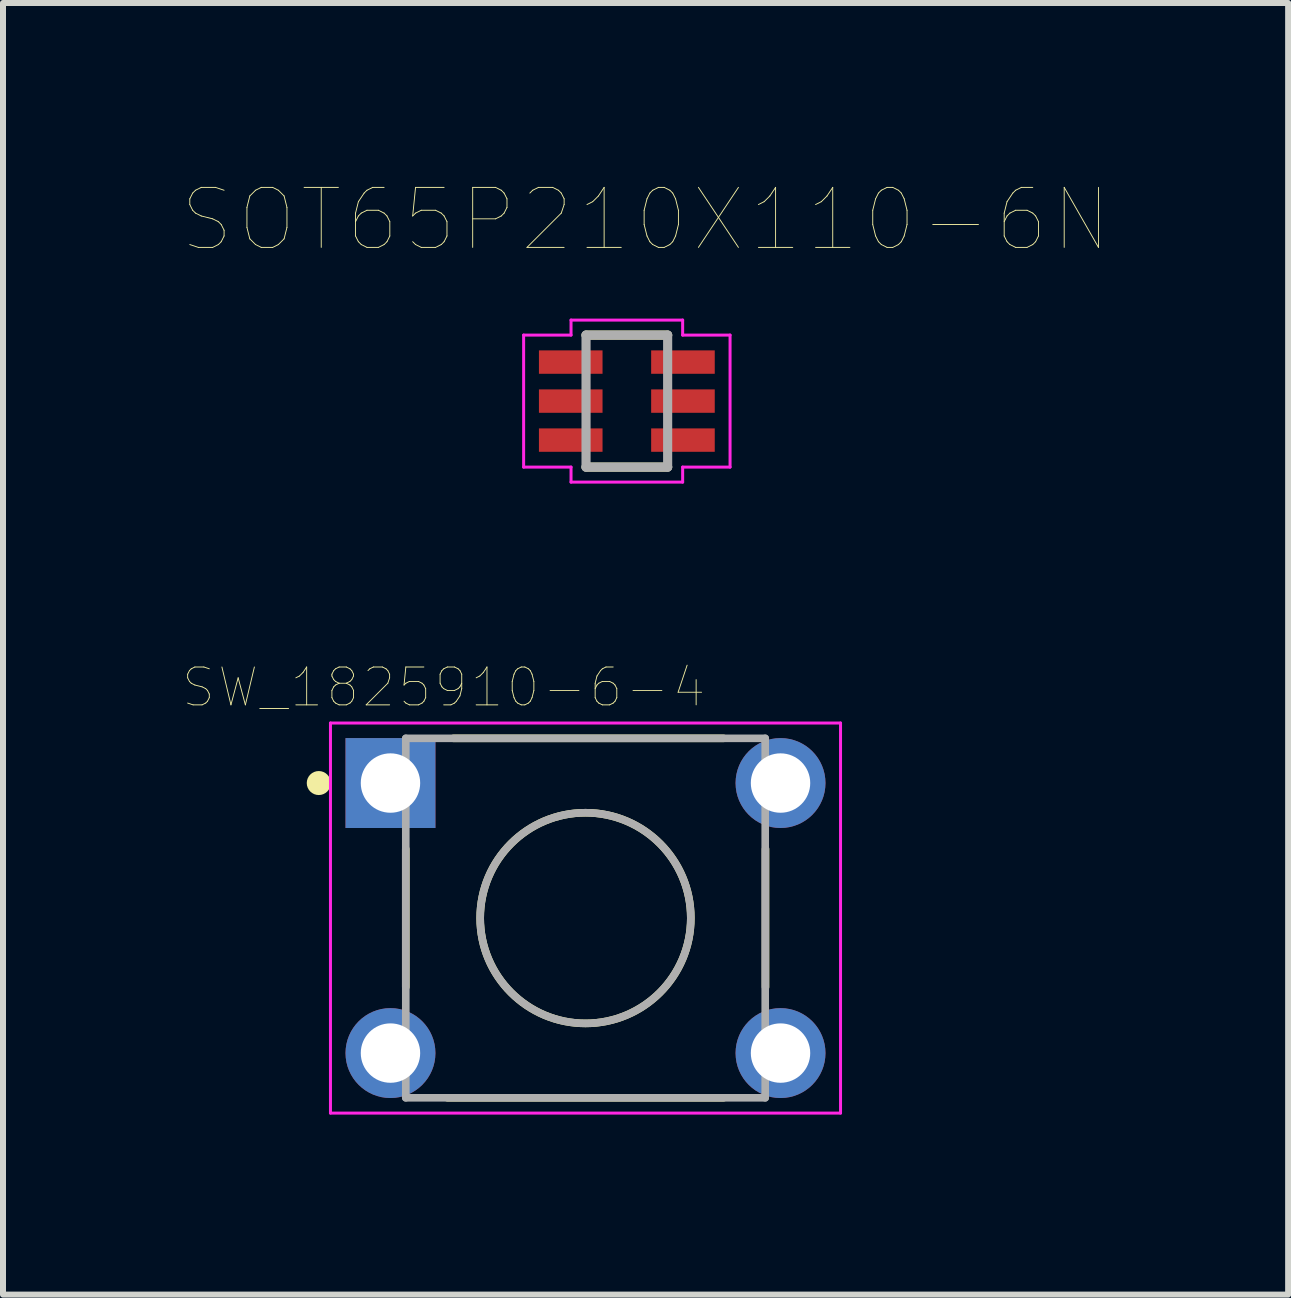
<source format=kicad_pcb>
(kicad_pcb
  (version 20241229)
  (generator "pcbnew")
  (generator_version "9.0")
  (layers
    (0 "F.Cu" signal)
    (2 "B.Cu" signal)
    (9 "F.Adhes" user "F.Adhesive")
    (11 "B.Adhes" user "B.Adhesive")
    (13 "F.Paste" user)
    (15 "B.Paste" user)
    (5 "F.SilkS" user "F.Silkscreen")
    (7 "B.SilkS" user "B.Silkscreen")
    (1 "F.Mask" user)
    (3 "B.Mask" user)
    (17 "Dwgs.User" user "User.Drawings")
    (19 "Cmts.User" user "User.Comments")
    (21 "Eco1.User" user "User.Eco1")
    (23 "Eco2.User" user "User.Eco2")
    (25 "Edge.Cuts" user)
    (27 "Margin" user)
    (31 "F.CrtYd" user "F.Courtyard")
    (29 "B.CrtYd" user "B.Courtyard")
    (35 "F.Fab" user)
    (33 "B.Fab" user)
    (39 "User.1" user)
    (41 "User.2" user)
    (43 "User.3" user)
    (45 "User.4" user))
  (footprint "SW_1825910-6-4"
    (layer "F.Cu")
    (at 6.707 12.249)
    (property "Reference" "SW_1825910-6-4" (at -2.363 -3.844 0) (layer "F.SilkS") (effects (font (size 0.631 0.631) (thickness 0.015))))
    (attr through_hole)
    (fp_line (start -2.995 -1.15) (end -2.995 1.15) (stroke (width 0.127) (type solid)) (layer "F.SilkS"))
    (fp_line (start -2.2 -2.995) (end 2.3 -2.995) (stroke (width 0.127) (type solid)) (layer "F.SilkS"))
    (fp_line (start 2.3 2.995) (end -2.3 2.995) (stroke (width 0.127) (type solid)) (layer "F.SilkS"))
    (fp_line (start 3 -1.15) (end 3 1.15) (stroke (width 0.127) (type solid)) (layer "F.SilkS"))
    (fp_circle (center -4.445 -2.25) (end -4.345 -2.25) (stroke (width 0.2) (type solid)) (fill no) (layer "F.SilkS"))
    (fp_circle (center 0 0) (end 1.755 0) (stroke (width 0.127) (type solid)) (fill no) (layer "F.SilkS"))
    (fp_line (start -4.25 -3.25) (end -4.25 3.25) (stroke (width 0.05) (type solid)) (layer "F.CrtYd"))
    (fp_line (start -4.25 3.25) (end 4.25 3.25) (stroke (width 0.05) (type solid)) (layer "F.CrtYd"))
    (fp_line (start 4.25 -3.25) (end -4.25 -3.25) (stroke (width 0.05) (type solid)) (layer "F.CrtYd"))
    (fp_line (start 4.25 3.25) (end 4.25 -3.25) (stroke (width 0.05) (type solid)) (layer "F.CrtYd"))
    (fp_line (start -2.995 -2.995) (end -2.995 2.995) (stroke (width 0.127) (type solid)) (layer "F.Fab"))
    (fp_line (start -2.995 2.995) (end 2.995 2.995) (stroke (width 0.127) (type solid)) (layer "F.Fab"))
    (fp_line (start 2.995 -2.995) (end -2.995 -2.995) (stroke (width 0.127) (type solid)) (layer "F.Fab"))
    (fp_line (start 2.995 2.995) (end 2.995 -2.995) (stroke (width 0.127) (type solid)) (layer "F.Fab"))
    (fp_circle (center 0 0) (end 1.755 0) (stroke (width 0.127) (type solid)) (fill no) (layer "F.Fab"))
    (pad "1" thru_hole rect (at -3.25 -2.25) (size 1.498 1.498) (drill 0.99) (layers "*.Cu" "*.Mask"))
    (pad "2" thru_hole circle (at 3.25 -2.25) (size 1.498 1.498) (drill 0.99) (layers "*.Cu" "*.Mask"))
    (pad "3" thru_hole circle (at -3.25 2.25) (size 1.498 1.498) (drill 0.99) (layers "*.Cu" "*.Mask"))
    (pad "4" thru_hole circle (at 3.25 2.25) (size 1.498 1.498) (drill 0.99) (layers "*.Cu" "*.Mask")))
  (footprint "SOT65P210X110-6N"
    (layer "F.Cu")
    (at 7.396 3.634)
    (property "Reference" "SOT65P210X110-6N" (at 0.312 -3.023 0) (layer "F.SilkS") (effects (font (size 1 1) (thickness 0.015))))
    (attr through_hole)
    (fp_line (start -0.68 1.1) (end 0.68 1.1) (stroke (width 0.152) (type solid)) (layer "F.SilkS"))
    (fp_line (start 0.68 -1.1) (end -0.68 -1.1) (stroke (width 0.152) (type solid)) (layer "F.SilkS"))
    (fp_line (start -1.72 -1.1) (end -0.93 -1.1) (stroke (width 0.05) (type solid)) (layer "F.CrtYd"))
    (fp_line (start -1.72 1.1) (end -1.72 -1.1) (stroke (width 0.05) (type solid)) (layer "F.CrtYd"))
    (fp_line (start -0.93 -1.35) (end 0.93 -1.35) (stroke (width 0.05) (type solid)) (layer "F.CrtYd"))
    (fp_line (start -0.93 -1.1) (end -0.93 -1.35) (stroke (width 0.05) (type solid)) (layer "F.CrtYd"))
    (fp_line (start -0.93 1.1) (end -1.72 1.1) (stroke (width 0.05) (type solid)) (layer "F.CrtYd"))
    (fp_line (start -0.93 1.35) (end -0.93 1.1) (stroke (width 0.05) (type solid)) (layer "F.CrtYd"))
    (fp_line (start 0.93 -1.35) (end 0.93 -1.1) (stroke (width 0.05) (type solid)) (layer "F.CrtYd"))
    (fp_line (start 0.93 -1.1) (end 1.72 -1.1) (stroke (width 0.05) (type solid)) (layer "F.CrtYd"))
    (fp_line (start 0.93 1.1) (end 0.93 1.35) (stroke (width 0.05) (type solid)) (layer "F.CrtYd"))
    (fp_line (start 0.93 1.35) (end -0.93 1.35) (stroke (width 0.05) (type solid)) (layer "F.CrtYd"))
    (fp_line (start 1.72 -1.1) (end 1.72 1.1) (stroke (width 0.05) (type solid)) (layer "F.CrtYd"))
    (fp_line (start 1.72 1.1) (end 0.93 1.1) (stroke (width 0.05) (type solid)) (layer "F.CrtYd"))
    (fp_line (start -0.68 -1.1) (end -0.68 1.1) (stroke (width 0.152) (type solid)) (layer "F.Fab"))
    (fp_line (start -0.68 1.1) (end 0.68 1.1) (stroke (width 0.152) (type solid)) (layer "F.Fab"))
    (fp_line (start 0.68 -1.1) (end -0.68 -1.1) (stroke (width 0.152) (type solid)) (layer "F.Fab"))
    (fp_line (start 0.68 1.1) (end 0.68 -1.1) (stroke (width 0.152) (type solid)) (layer "F.Fab"))
    (pad "1" smd rect (at -0.935 -0.65) (size 1.06 0.39) (layers "F.Cu" "F.Mask" "F.Paste"))
    (pad "2" smd rect (at -0.935 0) (size 1.06 0.39) (layers "F.Cu" "F.Mask" "F.Paste"))
    (pad "3" smd rect (at -0.935 0.65) (size 1.06 0.39) (layers "F.Cu" "F.Mask" "F.Paste"))
    (pad "4" smd rect (at 0.935 0.65) (size 1.06 0.39) (layers "F.Cu" "F.Mask" "F.Paste"))
    (pad "5" smd rect (at 0.935 0) (size 1.06 0.39) (layers "F.Cu" "F.Mask" "F.Paste"))
    (pad "6" smd rect (at 0.935 -0.65) (size 1.06 0.39) (layers "F.Cu" "F.Mask" "F.Paste")))
  (gr_rect
    (start -3 -3)
    (end 18.416 18.524)
    (stroke (width 0.1) (type default))
    (fill no)
    (layer "Edge.Cuts")))
</source>
